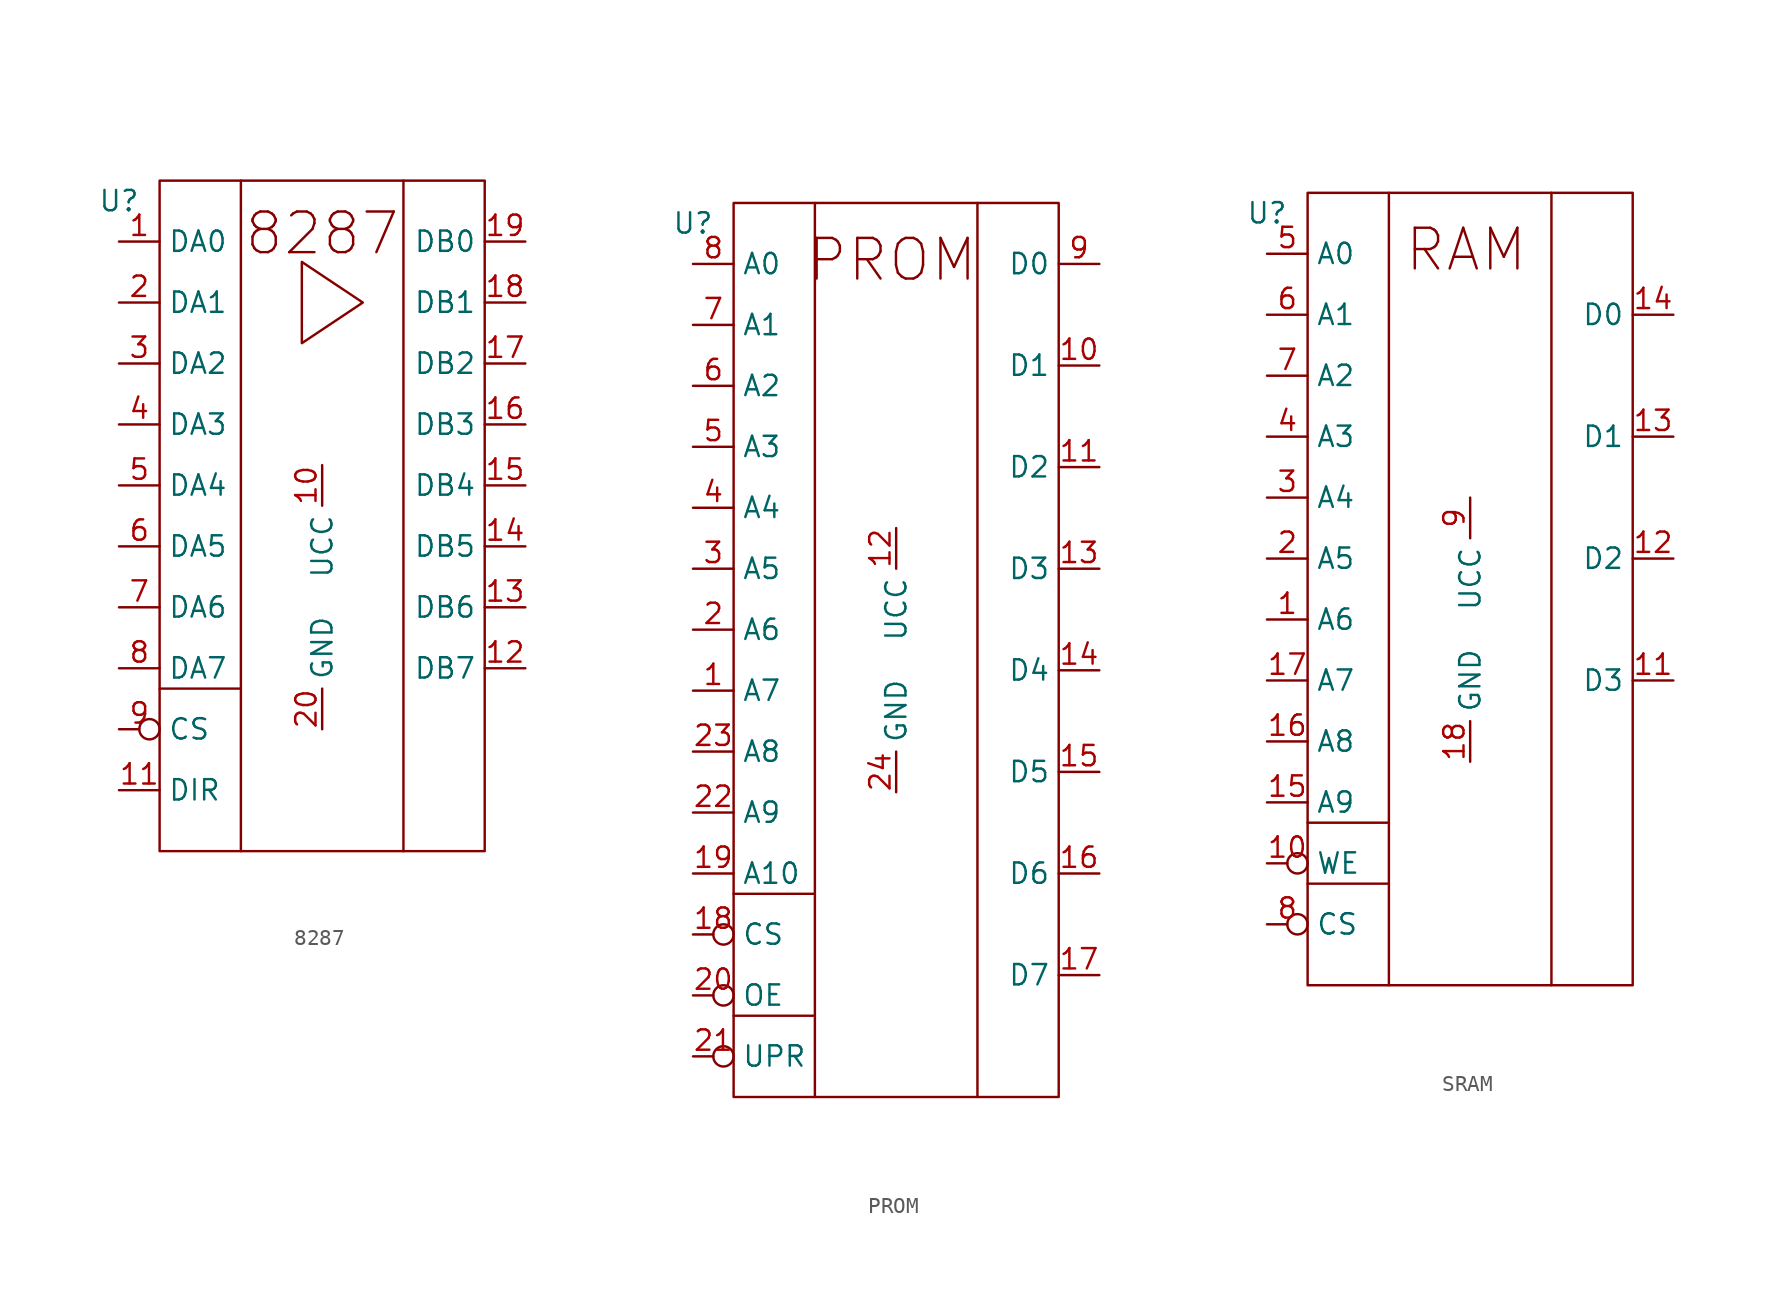
<source format=kicad_sym>
(kicad_symbol_lib
  (version 20231120)
  (generator "kicad_symbol_editor")
  (generator_version "8.0")
  (symbol "8287"
    (property "Reference" "U"
      (at 0 2.54 0)
      (effects (font (size 1.27 1.27))))
    (property "Value" ""
      (at 2.54 6.35 0)
      (effects (font (size 1.27 1.27))))
    (symbol "8287_0_1"
      (polyline (pts (xy 2.54 -27.94) (xy 7.62 -27.94)) (stroke (width 0) (type default)) (fill (type none)))
      (polyline (pts (xy 7.62 3.81) (xy 7.62 -38.1)) (stroke (width 0) (type default)) (fill (type none)))
      (polyline (pts (xy 17.78 3.81) (xy 17.78 -38.1)) (stroke (width 0) (type default)) (fill (type none)))
      (polyline (pts (xy 11.43 -1.27) (xy 15.24 -3.81) (xy 11.43 -6.35) (xy 11.43 -1.27)) (stroke (width 0) (type default)) (fill (type none)))
      (rectangle (start 2.54 3.81) (end 22.86 -38.1) (stroke (width 0) (type default)) (fill (type none))))
    (symbol "8287_1_1"
      (text "8287" (at 12.7 0.508 0) (effects (font (size 2.54 2.54))))
      (pin bidirectional line (at 0 0 0) (length 2.54) (name "DA0" (effects (font (size 1.27 1.27)))) (number "1" (effects (font (size 1.27 1.27)))))
      (pin power_in line (at 12.7 -13.97 270) (length 2.54) (name "UCC" (effects (font (size 1.27 1.27)))) (number "10" (effects (font (size 1.27 1.27)))))
      (pin input line (at 0 -34.29 0) (length 2.54) (name "DIR" (effects (font (size 1.27 1.27)))) (number "11" (effects (font (size 1.27 1.27)))))
      (pin bidirectional line (at 25.4 -26.67 180) (length 2.54) (name "DB7" (effects (font (size 1.27 1.27)))) (number "12" (effects (font (size 1.27 1.27)))))
      (pin bidirectional line (at 25.4 -22.86 180) (length 2.54) (name "DB6" (effects (font (size 1.27 1.27)))) (number "13" (effects (font (size 1.27 1.27)))))
      (pin bidirectional line (at 25.4 -19.05 180) (length 2.54) (name "DB5" (effects (font (size 1.27 1.27)))) (number "14" (effects (font (size 1.27 1.27)))))
      (pin bidirectional line (at 25.4 -15.24 180) (length 2.54) (name "DB4" (effects (font (size 1.27 1.27)))) (number "15" (effects (font (size 1.27 1.27)))))
      (pin bidirectional line (at 25.4 -11.43 180) (length 2.54) (name "DB3" (effects (font (size 1.27 1.27)))) (number "16" (effects (font (size 1.27 1.27)))))
      (pin bidirectional line (at 25.4 -7.62 180) (length 2.54) (name "DB2" (effects (font (size 1.27 1.27)))) (number "17" (effects (font (size 1.27 1.27)))))
      (pin bidirectional line (at 25.4 -3.81 180) (length 2.54) (name "DB1" (effects (font (size 1.27 1.27)))) (number "18" (effects (font (size 1.27 1.27)))))
      (pin bidirectional line (at 25.4 0 180) (length 2.54) (name "DB0" (effects (font (size 1.27 1.27)))) (number "19" (effects (font (size 1.27 1.27)))))
      (pin bidirectional line (at 0 -3.81 0) (length 2.54) (name "DA1" (effects (font (size 1.27 1.27)))) (number "2" (effects (font (size 1.27 1.27)))))
      (pin power_in line (at 12.7 -30.48 90) (length 2.54) (name "GND" (effects (font (size 1.27 1.27)))) (number "20" (effects (font (size 1.27 1.27)))))
      (pin bidirectional line (at 0 -7.62 0) (length 2.54) (name "DA2" (effects (font (size 1.27 1.27)))) (number "3" (effects (font (size 1.27 1.27)))))
      (pin bidirectional line (at 0 -11.43 0) (length 2.54) (name "DA3" (effects (font (size 1.27 1.27)))) (number "4" (effects (font (size 1.27 1.27)))))
      (pin bidirectional line (at 0 -15.24 0) (length 2.54) (name "DA4" (effects (font (size 1.27 1.27)))) (number "5" (effects (font (size 1.27 1.27)))))
      (pin bidirectional line (at 0 -19.05 0) (length 2.54) (name "DA5" (effects (font (size 1.27 1.27)))) (number "6" (effects (font (size 1.27 1.27)))))
      (pin bidirectional line (at 0 -22.86 0) (length 2.54) (name "DA6" (effects (font (size 1.27 1.27)))) (number "7" (effects (font (size 1.27 1.27)))))
      (pin bidirectional line (at 0 -26.67 0) (length 2.54) (name "DA7" (effects (font (size 1.27 1.27)))) (number "8" (effects (font (size 1.27 1.27)))))
      (pin input inverted (at 0 -30.48 0) (length 2.54) (name "CS" (effects (font (size 1.27 1.27)))) (number "9" (effects (font (size 1.27 1.27)))))))
  (symbol "PROM"
    (property "Reference" "U"
      (at 0 2.54 0)
      (effects (font (size 1.27 1.27))))
    (property "Value" ""
      (at 2.54 6.35 0)
      (effects (font (size 1.27 1.27))))
    (symbol "PROM_0_1"
      (polyline (pts (xy 2.54 -46.99) (xy 7.62 -46.99)) (stroke (width 0) (type default)) (fill (type none)))
      (polyline (pts (xy 2.54 -39.37) (xy 7.62 -39.37)) (stroke (width 0) (type default)) (fill (type none)))
      (polyline (pts (xy 7.62 3.81) (xy 7.62 -52.07)) (stroke (width 0) (type default)) (fill (type none)))
      (polyline (pts (xy 17.78 3.81) (xy 17.78 -52.07)) (stroke (width 0) (type default)) (fill (type none)))
      (rectangle (start 2.54 3.81) (end 22.86 -52.07) (stroke (width 0) (type default)) (fill (type none))))
    (symbol "PROM_1_1"
      (text "PROM" (at 12.446 0.254 0) (effects (font (size 2.54 2.54))))
      (pin input line (at 0 -26.67 0) (length 2.54) (name "A7" (effects (font (size 1.27 1.27)))) (number "1" (effects (font (size 1.27 1.27)))))
      (pin bidirectional line (at 25.4 -6.35 180) (length 2.54) (name "D1" (effects (font (size 1.27 1.27)))) (number "10" (effects (font (size 1.27 1.27)))))
      (pin bidirectional line (at 25.4 -12.7 180) (length 2.54) (name "D2" (effects (font (size 1.27 1.27)))) (number "11" (effects (font (size 1.27 1.27)))))
      (pin power_in line (at 12.7 -16.51 270) (length 2.54) (name "UCC" (effects (font (size 1.27 1.27)))) (number "12" (effects (font (size 1.27 1.27)))))
      (pin bidirectional line (at 25.4 -19.05 180) (length 2.54) (name "D3" (effects (font (size 1.27 1.27)))) (number "13" (effects (font (size 1.27 1.27)))))
      (pin bidirectional line (at 25.4 -25.4 180) (length 2.54) (name "D4" (effects (font (size 1.27 1.27)))) (number "14" (effects (font (size 1.27 1.27)))))
      (pin bidirectional line (at 25.4 -31.75 180) (length 2.54) (name "D5" (effects (font (size 1.27 1.27)))) (number "15" (effects (font (size 1.27 1.27)))))
      (pin bidirectional line (at 25.4 -38.1 180) (length 2.54) (name "D6" (effects (font (size 1.27 1.27)))) (number "16" (effects (font (size 1.27 1.27)))))
      (pin bidirectional line (at 25.4 -44.45 180) (length 2.54) (name "D7" (effects (font (size 1.27 1.27)))) (number "17" (effects (font (size 1.27 1.27)))))
      (pin input inverted (at 0 -41.91 0) (length 2.54) (name "CS" (effects (font (size 1.27 1.27)))) (number "18" (effects (font (size 1.27 1.27)))))
      (pin input line (at 0 -38.1 0) (length 2.54) (name "A10" (effects (font (size 1.27 1.27)))) (number "19" (effects (font (size 1.27 1.27)))))
      (pin input line (at 0 -22.86 0) (length 2.54) (name "A6" (effects (font (size 1.27 1.27)))) (number "2" (effects (font (size 1.27 1.27)))))
      (pin input inverted (at 0 -45.72 0) (length 2.54) (name "OE" (effects (font (size 1.27 1.27)))) (number "20" (effects (font (size 1.27 1.27)))))
      (pin input inverted (at 0 -49.53 0) (length 2.54) (name "UPR" (effects (font (size 1.27 1.27)))) (number "21" (effects (font (size 1.27 1.27)))))
      (pin input line (at 0 -34.29 0) (length 2.54) (name "A9" (effects (font (size 1.27 1.27)))) (number "22" (effects (font (size 1.27 1.27)))))
      (pin input line (at 0 -30.48 0) (length 2.54) (name "A8" (effects (font (size 1.27 1.27)))) (number "23" (effects (font (size 1.27 1.27)))))
      (pin power_in line (at 12.7 -33.02 90) (length 2.54) (name "GND" (effects (font (size 1.27 1.27)))) (number "24" (effects (font (size 1.27 1.27)))))
      (pin input line (at 0 -19.05 0) (length 2.54) (name "A5" (effects (font (size 1.27 1.27)))) (number "3" (effects (font (size 1.27 1.27)))))
      (pin input line (at 0 -15.24 0) (length 2.54) (name "A4" (effects (font (size 1.27 1.27)))) (number "4" (effects (font (size 1.27 1.27)))))
      (pin input line (at 0 -11.43 0) (length 2.54) (name "A3" (effects (font (size 1.27 1.27)))) (number "5" (effects (font (size 1.27 1.27)))))
      (pin input line (at 0 -7.62 0) (length 2.54) (name "A2" (effects (font (size 1.27 1.27)))) (number "6" (effects (font (size 1.27 1.27)))))
      (pin input line (at 0 -3.81 0) (length 2.54) (name "A1" (effects (font (size 1.27 1.27)))) (number "7" (effects (font (size 1.27 1.27)))))
      (pin input line (at 0 0 0) (length 2.54) (name "A0" (effects (font (size 1.27 1.27)))) (number "8" (effects (font (size 1.27 1.27)))))
      (pin bidirectional line (at 25.4 0 180) (length 2.54) (name "D0" (effects (font (size 1.27 1.27)))) (number "9" (effects (font (size 1.27 1.27)))))))
  (symbol "SRAM"
    (property "Reference" "U"
      (at 0 2.54 0)
      (effects (font (size 1.27 1.27))))
    (property "Value" ""
      (at 2.54 6.35 0)
      (effects (font (size 1.27 1.27))))
    (symbol "SRAM_0_1"
      (polyline (pts (xy 2.54 -39.37) (xy 7.62 -39.37)) (stroke (width 0) (type default)) (fill (type none)))
      (polyline (pts (xy 2.54 -35.56) (xy 7.62 -35.56)) (stroke (width 0) (type default)) (fill (type none)))
      (polyline (pts (xy 7.62 3.81) (xy 7.62 -45.72)) (stroke (width 0) (type default)) (fill (type none)))
      (polyline (pts (xy 17.78 3.81) (xy 17.78 -45.72)) (stroke (width 0) (type default)) (fill (type none)))
      (rectangle (start 2.54 3.81) (end 22.86 -45.72) (stroke (width 0) (type default)) (fill (type none))))
    (symbol "SRAM_1_1"
      (text "RAM" (at 12.446 0.254 0) (effects (font (size 2.54 2.54))))
      (pin input line (at 0 -22.86 0) (length 2.54) (name "A6" (effects (font (size 1.27 1.27)))) (number "1" (effects (font (size 1.27 1.27)))))
      (pin input inverted (at 0 -38.1 0) (length 2.54) (name "WE" (effects (font (size 1.27 1.27)))) (number "10" (effects (font (size 1.27 1.27)))))
      (pin bidirectional line (at 25.4 -26.67 180) (length 2.54) (name "D3" (effects (font (size 1.27 1.27)))) (number "11" (effects (font (size 1.27 1.27)))))
      (pin bidirectional line (at 25.4 -19.05 180) (length 2.54) (name "D2" (effects (font (size 1.27 1.27)))) (number "12" (effects (font (size 1.27 1.27)))))
      (pin bidirectional line (at 25.4 -11.43 180) (length 2.54) (name "D1" (effects (font (size 1.27 1.27)))) (number "13" (effects (font (size 1.27 1.27)))))
      (pin bidirectional line (at 25.4 -3.81 180) (length 2.54) (name "D0" (effects (font (size 1.27 1.27)))) (number "14" (effects (font (size 1.27 1.27)))))
      (pin input line (at 0 -34.29 0) (length 2.54) (name "A9" (effects (font (size 1.27 1.27)))) (number "15" (effects (font (size 1.27 1.27)))))
      (pin input line (at 0 -30.48 0) (length 2.54) (name "A8" (effects (font (size 1.27 1.27)))) (number "16" (effects (font (size 1.27 1.27)))))
      (pin input line (at 0 -26.67 0) (length 2.54) (name "A7" (effects (font (size 1.27 1.27)))) (number "17" (effects (font (size 1.27 1.27)))))
      (pin power_in line (at 12.7 -31.75 90) (length 2.54) (name "GND" (effects (font (size 1.27 1.27)))) (number "18" (effects (font (size 1.27 1.27)))))
      (pin input line (at 0 -19.05 0) (length 2.54) (name "A5" (effects (font (size 1.27 1.27)))) (number "2" (effects (font (size 1.27 1.27)))))
      (pin input line (at 0 -15.24 0) (length 2.54) (name "A4" (effects (font (size 1.27 1.27)))) (number "3" (effects (font (size 1.27 1.27)))))
      (pin input line (at 0 -11.43 0) (length 2.54) (name "A3" (effects (font (size 1.27 1.27)))) (number "4" (effects (font (size 1.27 1.27)))))
      (pin input line (at 0 0 0) (length 2.54) (name "A0" (effects (font (size 1.27 1.27)))) (number "5" (effects (font (size 1.27 1.27)))))
      (pin input line (at 0 -3.81 0) (length 2.54) (name "A1" (effects (font (size 1.27 1.27)))) (number "6" (effects (font (size 1.27 1.27)))))
      (pin input line (at 0 -7.62 0) (length 2.54) (name "A2" (effects (font (size 1.27 1.27)))) (number "7" (effects (font (size 1.27 1.27)))))
      (pin input inverted (at 0 -41.91 0) (length 2.54) (name "CS" (effects (font (size 1.27 1.27)))) (number "8" (effects (font (size 1.27 1.27)))))
      (pin power_in line (at 12.7 -15.24 270) (length 2.54) (name "UCC" (effects (font (size 1.27 1.27)))) (number "9" (effects (font (size 1.27 1.27))))))))
</source>
